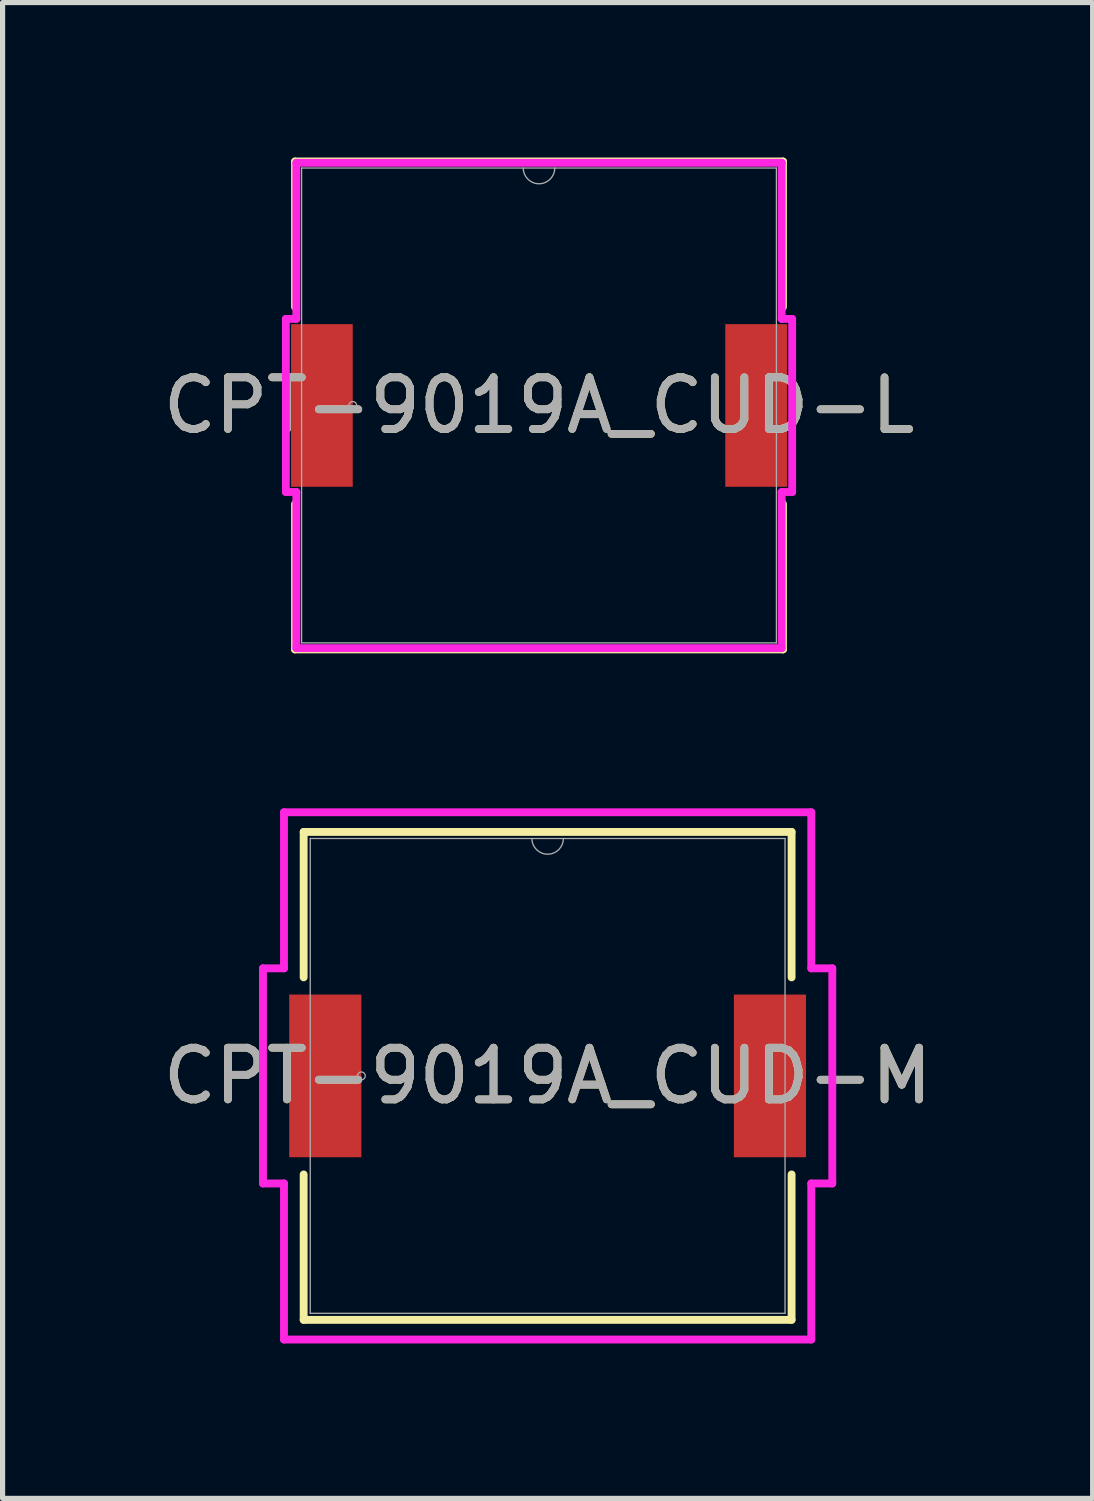
<source format=kicad_pcb>
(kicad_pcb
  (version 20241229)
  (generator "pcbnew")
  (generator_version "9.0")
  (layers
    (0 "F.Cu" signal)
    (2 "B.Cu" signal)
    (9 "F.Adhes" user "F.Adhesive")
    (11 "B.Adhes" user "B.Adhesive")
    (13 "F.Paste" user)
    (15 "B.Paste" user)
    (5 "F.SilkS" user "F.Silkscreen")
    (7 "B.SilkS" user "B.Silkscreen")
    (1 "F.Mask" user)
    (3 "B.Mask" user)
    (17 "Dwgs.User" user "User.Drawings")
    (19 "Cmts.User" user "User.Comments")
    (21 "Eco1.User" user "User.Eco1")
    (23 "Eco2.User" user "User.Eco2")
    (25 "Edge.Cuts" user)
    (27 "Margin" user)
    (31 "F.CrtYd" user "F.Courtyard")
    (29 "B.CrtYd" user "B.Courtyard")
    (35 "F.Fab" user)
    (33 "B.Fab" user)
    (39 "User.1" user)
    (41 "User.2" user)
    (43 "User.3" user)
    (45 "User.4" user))
  (footprint "CPT-9019A_CUD-L"
    (layer "F.Cu")
    (at 7.387 4.801)
    (property "Reference" "CPT-9019A_CUD-L" (at 0 0 0) (unlocked yes) (layer "F.SilkS") (effects (font (size 1 1) (thickness 0.15))))
    (attr smd)
    (fp_line (start -4.724 -4.724) (end -4.724 -1.908) (stroke (width 0.152) (type solid)) (layer "F.SilkS"))
    (fp_line (start -4.724 1.908) (end -4.724 4.724) (stroke (width 0.152) (type solid)) (layer "F.SilkS"))
    (fp_line (start -4.724 4.724) (end 4.724 4.724) (stroke (width 0.152) (type solid)) (layer "F.SilkS"))
    (fp_line (start 4.724 -4.724) (end -4.724 -4.724) (stroke (width 0.152) (type solid)) (layer "F.SilkS"))
    (fp_line (start 4.724 -1.908) (end 4.724 -4.724) (stroke (width 0.152) (type solid)) (layer "F.SilkS"))
    (fp_line (start 4.724 4.724) (end 4.724 1.908) (stroke (width 0.152) (type solid)) (layer "F.SilkS"))
    (fp_line (start -4.902 -1.676) (end -4.699 -1.676) (stroke (width 0.152) (type solid)) (layer "F.CrtYd"))
    (fp_line (start -4.902 1.676) (end -4.902 -1.676) (stroke (width 0.152) (type solid)) (layer "F.CrtYd"))
    (fp_line (start -4.902 1.676) (end -4.699 1.676) (stroke (width 0.152) (type solid)) (layer "F.CrtYd"))
    (fp_line (start -4.699 -4.699) (end 4.699 -4.699) (stroke (width 0.152) (type solid)) (layer "F.CrtYd"))
    (fp_line (start -4.699 -1.676) (end -4.699 -4.699) (stroke (width 0.152) (type solid)) (layer "F.CrtYd"))
    (fp_line (start -4.699 4.699) (end -4.699 1.676) (stroke (width 0.152) (type solid)) (layer "F.CrtYd"))
    (fp_line (start 4.699 -4.699) (end 4.699 -1.676) (stroke (width 0.152) (type solid)) (layer "F.CrtYd"))
    (fp_line (start 4.699 1.676) (end 4.699 4.699) (stroke (width 0.152) (type solid)) (layer "F.CrtYd"))
    (fp_line (start 4.699 4.699) (end -4.699 4.699) (stroke (width 0.152) (type solid)) (layer "F.CrtYd"))
    (fp_line (start 4.902 -1.676) (end 4.699 -1.676) (stroke (width 0.152) (type solid)) (layer "F.CrtYd"))
    (fp_line (start 4.902 -1.676) (end 4.902 1.676) (stroke (width 0.152) (type solid)) (layer "F.CrtYd"))
    (fp_line (start 4.902 1.676) (end 4.699 1.676) (stroke (width 0.152) (type solid)) (layer "F.CrtYd"))
    (fp_line (start -4.597 -4.597) (end -4.597 4.597) (stroke (width 0.025) (type solid)) (layer "F.Fab"))
    (fp_line (start -4.597 4.597) (end 4.597 4.597) (stroke (width 0.025) (type solid)) (layer "F.Fab"))
    (fp_line (start 4.597 -4.597) (end -4.597 -4.597) (stroke (width 0.025) (type solid)) (layer "F.Fab"))
    (fp_line (start 4.597 4.597) (end 4.597 -4.597) (stroke (width 0.025) (type solid)) (layer "F.Fab"))
    (fp_arc (start 0.3048 -4.5974) (mid 0 -4.2926) (end -0.3048 -4.5974) (stroke (width 0.0254) (type solid)) (layer "F.Fab"))
    (fp_circle (center -3.607 0) (end -3.531 0) (stroke (width 0.025) (type solid)) (fill no) (layer "F.Fab"))
    (fp_text user "${REFERENCE}" (at 0 0 0) (unlocked yes) (layer "F.Fab") (effects (font (size 1 1) (thickness 0.15))))
    (pad "1" smd rect (at -4.204 0) (size 1.194 3.15) (layers "F.Cu" "F.Mask" "F.Paste"))
    (pad "2" smd rect (at 4.204 0) (size 1.194 3.15) (layers "F.Cu" "F.Mask" "F.Paste")))
  (footprint "CPT-9019A_CUD-M"
    (layer "F.Cu")
    (at 7.554 17.783)
    (property "Reference" "CPT-9019A_CUD-M" (at 0 0 0) (unlocked yes) (layer "F.SilkS") (effects (font (size 1 1) (thickness 0.15))))
    (attr smd)
    (fp_line (start -4.724 -4.724) (end -4.724 -1.908) (stroke (width 0.152) (type solid)) (layer "F.SilkS"))
    (fp_line (start -4.724 1.908) (end -4.724 4.724) (stroke (width 0.152) (type solid)) (layer "F.SilkS"))
    (fp_line (start -4.724 4.724) (end 4.724 4.724) (stroke (width 0.152) (type solid)) (layer "F.SilkS"))
    (fp_line (start 4.724 -4.724) (end -4.724 -4.724) (stroke (width 0.152) (type solid)) (layer "F.SilkS"))
    (fp_line (start 4.724 -1.908) (end 4.724 -4.724) (stroke (width 0.152) (type solid)) (layer "F.SilkS"))
    (fp_line (start 4.724 4.724) (end 4.724 1.908) (stroke (width 0.152) (type solid)) (layer "F.SilkS"))
    (fp_line (start -5.512 -2.083) (end -5.105 -2.083) (stroke (width 0.152) (type solid)) (layer "F.CrtYd"))
    (fp_line (start -5.512 2.083) (end -5.512 -2.083) (stroke (width 0.152) (type solid)) (layer "F.CrtYd"))
    (fp_line (start -5.512 2.083) (end -5.105 2.083) (stroke (width 0.152) (type solid)) (layer "F.CrtYd"))
    (fp_line (start -5.105 -5.105) (end 5.105 -5.105) (stroke (width 0.152) (type solid)) (layer "F.CrtYd"))
    (fp_line (start -5.105 -2.083) (end -5.105 -5.105) (stroke (width 0.152) (type solid)) (layer "F.CrtYd"))
    (fp_line (start -5.105 5.105) (end -5.105 2.083) (stroke (width 0.152) (type solid)) (layer "F.CrtYd"))
    (fp_line (start 5.105 -5.105) (end 5.105 -2.083) (stroke (width 0.152) (type solid)) (layer "F.CrtYd"))
    (fp_line (start 5.105 2.083) (end 5.105 5.105) (stroke (width 0.152) (type solid)) (layer "F.CrtYd"))
    (fp_line (start 5.105 5.105) (end -5.105 5.105) (stroke (width 0.152) (type solid)) (layer "F.CrtYd"))
    (fp_line (start 5.512 -2.083) (end 5.105 -2.083) (stroke (width 0.152) (type solid)) (layer "F.CrtYd"))
    (fp_line (start 5.512 -2.083) (end 5.512 2.083) (stroke (width 0.152) (type solid)) (layer "F.CrtYd"))
    (fp_line (start 5.512 2.083) (end 5.105 2.083) (stroke (width 0.152) (type solid)) (layer "F.CrtYd"))
    (fp_line (start -4.597 -4.597) (end -4.597 4.597) (stroke (width 0.025) (type solid)) (layer "F.Fab"))
    (fp_line (start -4.597 4.597) (end 4.597 4.597) (stroke (width 0.025) (type solid)) (layer "F.Fab"))
    (fp_line (start 4.597 -4.597) (end -4.597 -4.597) (stroke (width 0.025) (type solid)) (layer "F.Fab"))
    (fp_line (start 4.597 4.597) (end 4.597 -4.597) (stroke (width 0.025) (type solid)) (layer "F.Fab"))
    (fp_arc (start 0.3048 -4.5974) (mid 0 -4.2926) (end -0.3048 -4.5974) (stroke (width 0.0254) (type solid)) (layer "F.Fab"))
    (fp_circle (center -3.607 0) (end -3.531 0) (stroke (width 0.025) (type solid)) (fill no) (layer "F.Fab"))
    (fp_text user "${REFERENCE}" (at 0 0 0) (unlocked yes) (layer "F.Fab") (effects (font (size 1 1) (thickness 0.15))))
    (pad "1" smd rect (at -4.305 0) (size 1.397 3.15) (layers "F.Cu" "F.Mask" "F.Paste"))
    (pad "2" smd rect (at 4.305 0) (size 1.397 3.15) (layers "F.Cu" "F.Mask" "F.Paste")))
  (gr_rect
    (start -3 -3)
    (end 18.107 25.964)
    (stroke (width 0.1) (type default))
    (fill no)
    (layer "Edge.Cuts")))
</source>
